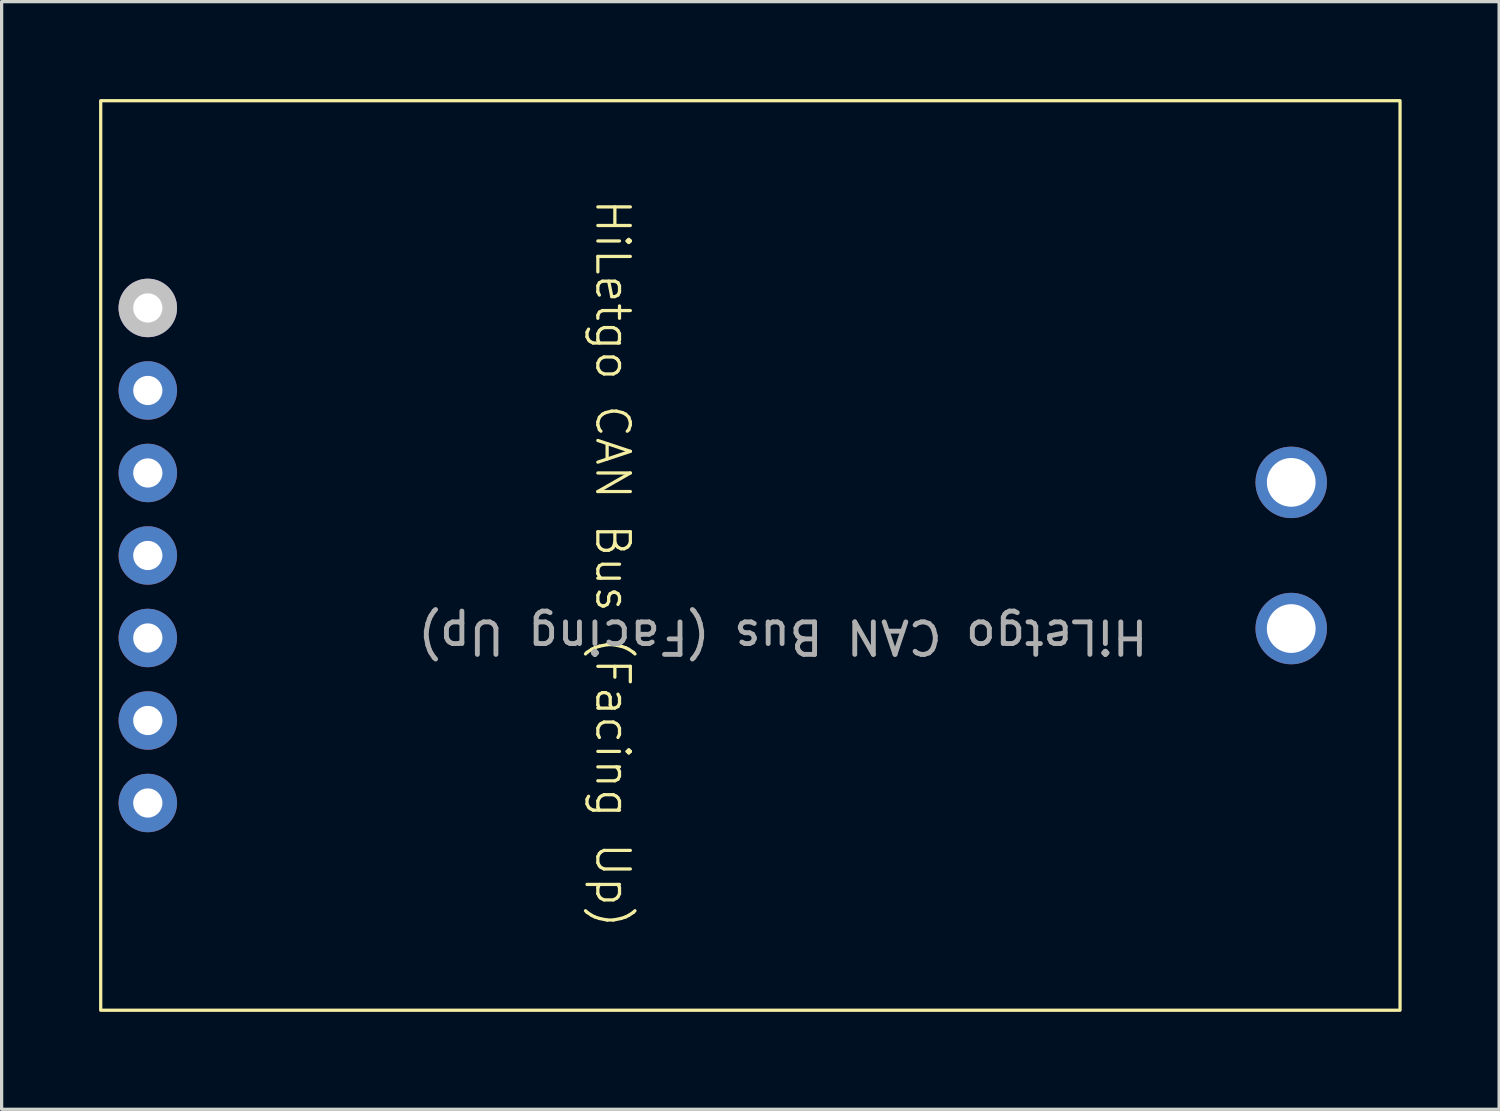
<source format=kicad_pcb>
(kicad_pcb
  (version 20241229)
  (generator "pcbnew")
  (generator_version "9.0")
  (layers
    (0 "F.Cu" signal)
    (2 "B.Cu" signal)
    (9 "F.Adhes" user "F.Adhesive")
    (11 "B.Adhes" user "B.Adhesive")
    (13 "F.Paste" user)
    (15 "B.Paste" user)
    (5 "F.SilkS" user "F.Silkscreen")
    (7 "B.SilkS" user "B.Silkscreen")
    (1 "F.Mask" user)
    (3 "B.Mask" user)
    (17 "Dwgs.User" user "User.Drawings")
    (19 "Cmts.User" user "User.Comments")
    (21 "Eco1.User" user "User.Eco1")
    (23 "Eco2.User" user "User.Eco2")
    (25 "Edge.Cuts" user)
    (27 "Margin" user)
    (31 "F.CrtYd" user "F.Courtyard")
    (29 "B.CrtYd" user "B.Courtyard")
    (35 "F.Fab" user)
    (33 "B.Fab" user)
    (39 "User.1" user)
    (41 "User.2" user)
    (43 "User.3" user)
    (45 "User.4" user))
  (footprint "HiLetgo CAN Bus (Facing Up)"
    (layer "F.Cu")
    (at 14 16.45)
    (property "Reference" "HiLetgo CAN Bus (Facing Up)" (at 1.812 -2.154 270) (unlocked yes) (layer "F.SilkS") (effects (font (size 1 1) (thickness 0.1))))
    (attr through_hole)
    (fp_rect (start -13.95 -16.4) (end 26.05 11.6) (stroke (width 0.1) (type default)) (fill no) (layer "F.SilkS"))
    (fp_text user "${REFERENCE}" (at 7.05 0.1 180) (unlocked yes) (layer "F.Fab") (effects (font (size 1 1) (thickness 0.15))))
    (pad "1" thru_hole circle (at -12.5 -10.02 180) (size 1.8 1.8) (drill 0.9) (layers "*.Cu" "*.Mask" "Dwgs.User"))
    (pad "2" thru_hole circle (at -12.5 -7.48 180) (size 1.8 1.8) (drill 0.9) (layers "*.Cu" "*.Mask"))
    (pad "3" thru_hole circle (at -12.5 -4.94 180) (size 1.8 1.8) (drill 0.9) (layers "*.Cu" "*.Mask"))
    (pad "4" thru_hole circle (at -12.5 -2.4 180) (size 1.8 1.8) (drill 0.9) (layers "*.Cu" "*.Mask"))
    (pad "5" thru_hole circle (at -12.5 0.14 180) (size 1.8 1.8) (drill 0.9) (layers "*.Cu" "*.Mask"))
    (pad "6" thru_hole circle (at -12.5 2.68 180) (size 1.8 1.8) (drill 0.9) (layers "*.Cu" "*.Mask"))
    (pad "7" thru_hole circle (at -12.5 5.22 180) (size 1.8 1.8) (drill 0.9) (layers "*.Cu" "*.Mask"))
    (pad "8" thru_hole circle (at 22.7 -4.65 180) (size 2.2 2.2) (drill 1.5) (layers "*.Cu" "*.Mask"))
    (pad "9" thru_hole circle (at 22.7 -0.15 180) (size 2.2 2.2) (drill 1.5) (layers "*.Cu" "*.Mask")))
  (gr_rect
    (start -3 -3)
    (end 43.1 31.1)
    (stroke (width 0.1) (type default))
    (fill no)
    (layer "Edge.Cuts")))
</source>
